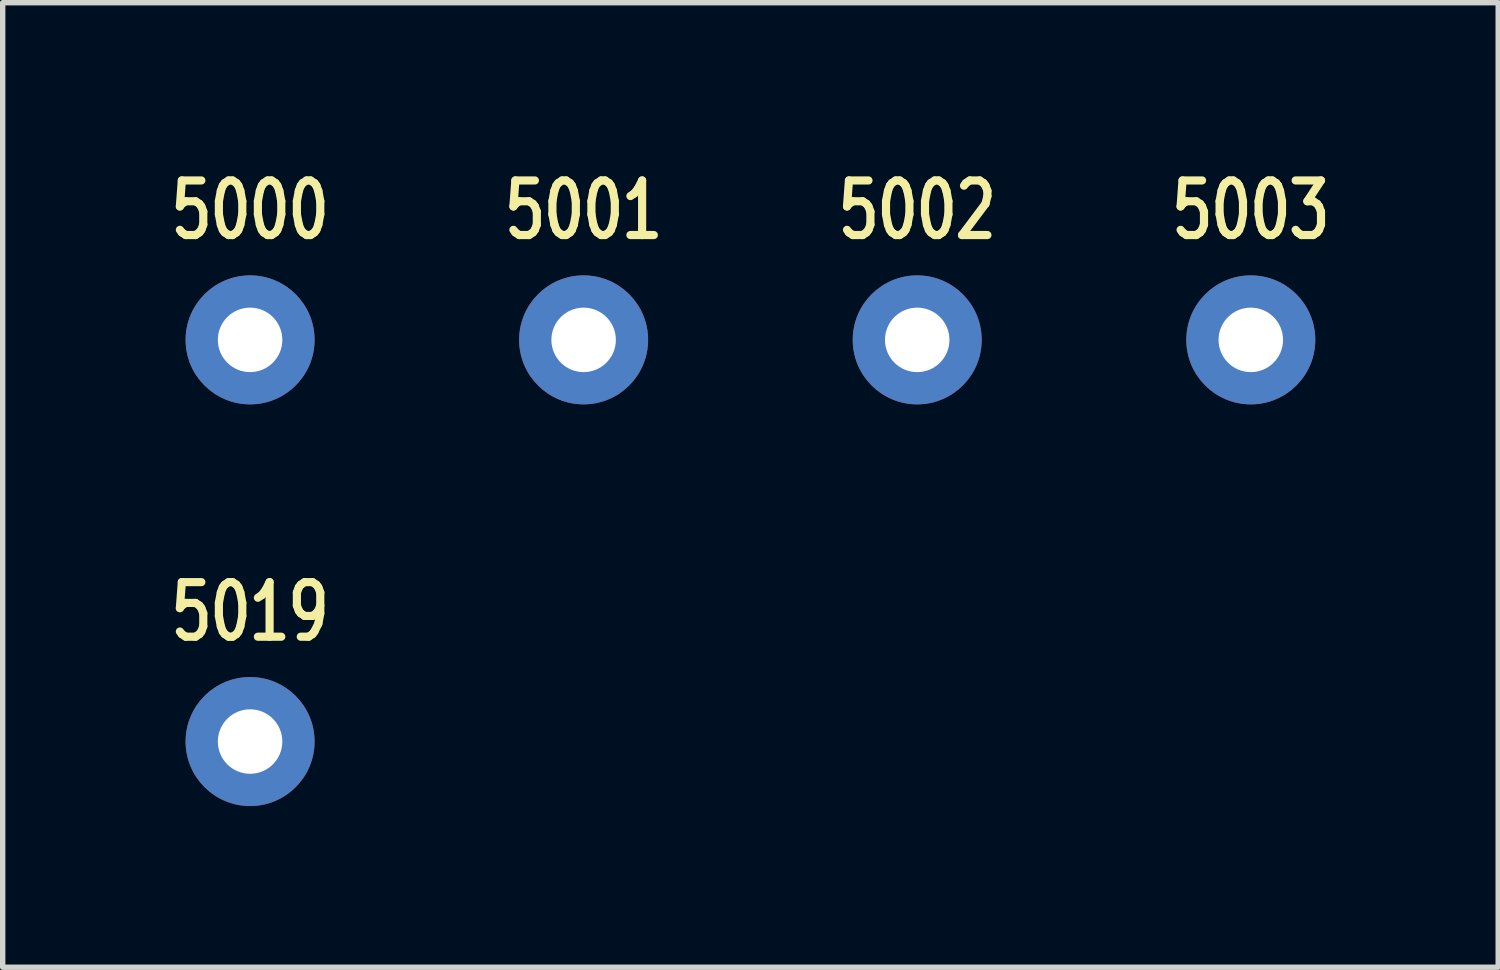
<source format=kicad_pcb>
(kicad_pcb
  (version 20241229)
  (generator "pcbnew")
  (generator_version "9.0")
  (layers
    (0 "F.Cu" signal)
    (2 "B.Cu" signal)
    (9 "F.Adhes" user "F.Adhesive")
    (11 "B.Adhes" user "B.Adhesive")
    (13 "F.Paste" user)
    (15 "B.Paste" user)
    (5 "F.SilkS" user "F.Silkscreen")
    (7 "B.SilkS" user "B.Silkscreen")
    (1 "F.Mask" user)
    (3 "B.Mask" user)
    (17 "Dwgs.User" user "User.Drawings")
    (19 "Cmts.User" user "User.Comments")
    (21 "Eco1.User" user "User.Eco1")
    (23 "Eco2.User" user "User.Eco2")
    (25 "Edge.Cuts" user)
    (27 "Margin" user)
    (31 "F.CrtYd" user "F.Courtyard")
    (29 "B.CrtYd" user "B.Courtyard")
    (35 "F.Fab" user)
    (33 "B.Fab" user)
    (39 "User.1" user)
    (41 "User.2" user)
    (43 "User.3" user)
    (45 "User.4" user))
  (footprint "5003"
    (layer "F.Cu")
    (at 20.227 3.275)
    (property "Reference" "5003" (at 0 -2.413 0) (layer "F.SilkS") (effects (font (size 1.016 0.762) (thickness 0.152))))
    (attr through_hole)
    (pad "1" thru_hole circle (at 0 0) (size 2.4 2.4) (drill 1.2) (layers "*.Cu" "*.Mask")))
  (footprint "5001"
    (layer "F.Cu")
    (at 7.811 3.275)
    (property "Reference" "5001" (at 0 -2.413 0) (layer "F.SilkS") (effects (font (size 1.016 0.762) (thickness 0.152))))
    (attr through_hole)
    (pad "1" thru_hole circle (at 0 0) (size 2.4 2.4) (drill 1.2) (layers "*.Cu" "*.Mask")))
  (footprint "5002"
    (layer "F.Cu")
    (at 14.019 3.275)
    (property "Reference" "5002" (at 0 -2.413 0) (layer "F.SilkS") (effects (font (size 1.016 0.762) (thickness 0.152))))
    (attr through_hole)
    (pad "1" thru_hole circle (at 0 0) (size 2.4 2.4) (drill 1.2) (layers "*.Cu" "*.Mask")))
  (footprint "5019"
    (layer "F.Cu")
    (at 1.604 10.75)
    (property "Reference" "5019" (at 0 -2.413 0) (layer "F.SilkS") (effects (font (size 1.016 0.762) (thickness 0.152))))
    (attr through_hole)
    (pad "1" thru_hole circle (at 0 0) (size 2.4 2.4) (drill 1.2) (layers "*.Cu" "*.Mask")))
  (footprint "5000"
    (layer "F.Cu")
    (at 1.604 3.275)
    (property "Reference" "5000" (at 0 -2.413 0) (layer "F.SilkS") (effects (font (size 1.016 0.762) (thickness 0.152))))
    (attr through_hole)
    (pad "1" thru_hole circle (at 0 0) (size 2.4 2.4) (drill 1.2) (layers "*.Cu" "*.Mask")))
  (gr_rect
    (start -3 -3)
    (end 24.831 14.95)
    (stroke (width 0.1) (type default))
    (fill no)
    (layer "Edge.Cuts")))
</source>
